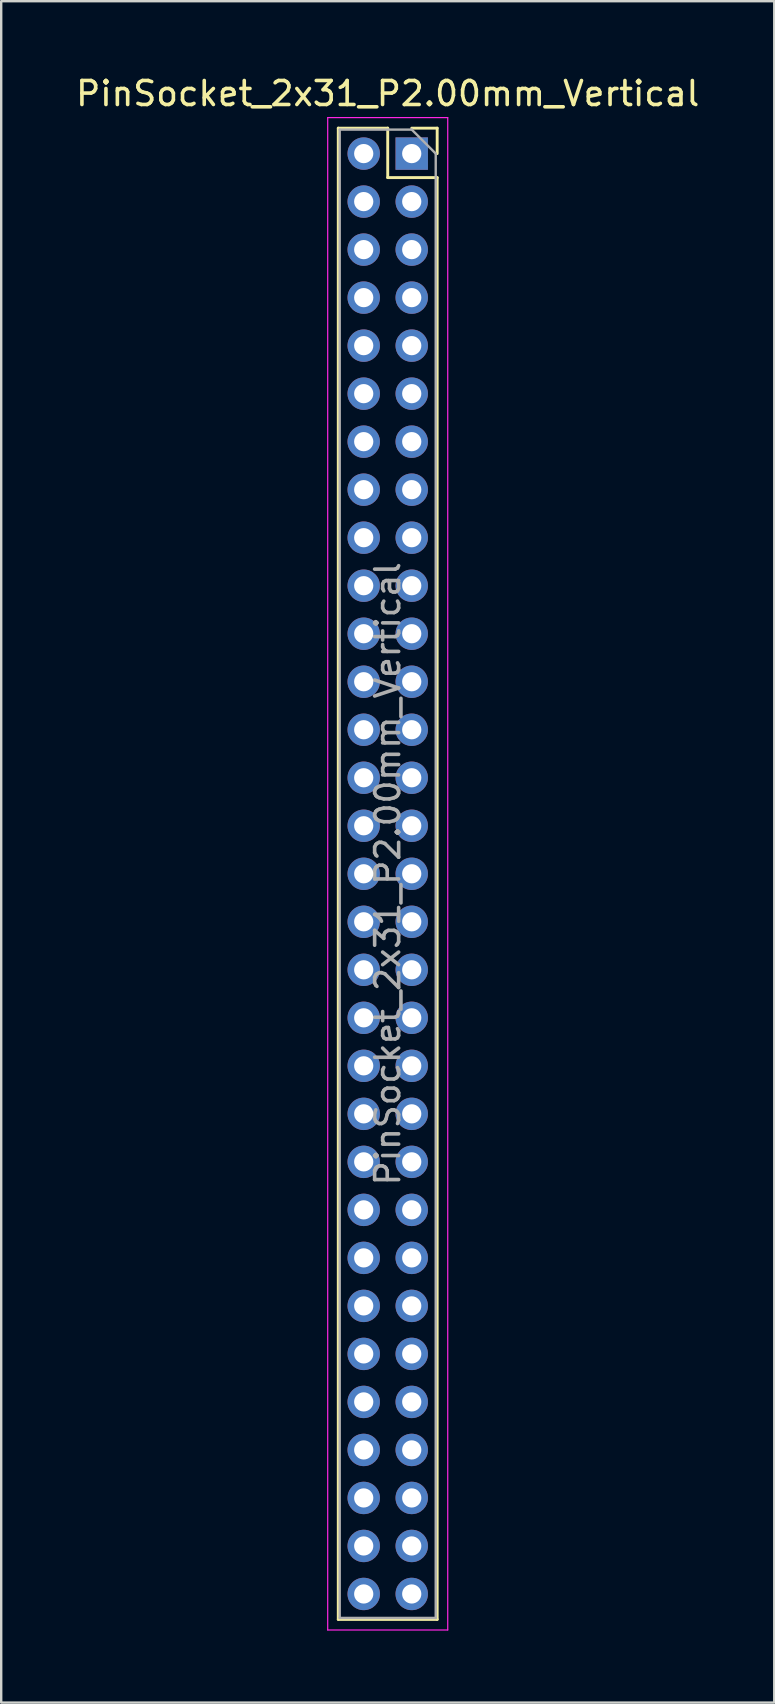
<source format=kicad_pcb>
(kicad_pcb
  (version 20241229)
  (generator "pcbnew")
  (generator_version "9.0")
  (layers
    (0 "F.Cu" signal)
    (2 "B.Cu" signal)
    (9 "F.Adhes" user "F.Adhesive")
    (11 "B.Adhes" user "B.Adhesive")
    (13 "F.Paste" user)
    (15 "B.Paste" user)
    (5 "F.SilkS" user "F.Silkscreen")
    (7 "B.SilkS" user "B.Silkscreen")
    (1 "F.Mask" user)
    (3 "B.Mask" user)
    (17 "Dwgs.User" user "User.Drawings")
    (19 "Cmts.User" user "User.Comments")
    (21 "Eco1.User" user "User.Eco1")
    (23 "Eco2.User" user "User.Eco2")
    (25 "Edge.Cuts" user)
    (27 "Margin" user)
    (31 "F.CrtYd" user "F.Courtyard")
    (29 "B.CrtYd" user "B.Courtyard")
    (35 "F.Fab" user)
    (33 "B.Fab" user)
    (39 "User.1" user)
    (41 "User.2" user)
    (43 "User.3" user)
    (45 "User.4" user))
  (footprint "PinSocket_2x31_P2.00mm_Vertical"
    (layer "F.Cu")
    (at 14.101 3.348)
    (property "Reference" "PinSocket_2x31_P2.00mm_Vertical" (at -1 -2.5 0) (layer "F.SilkS") (effects (font (size 1 1) (thickness 0.15))))
    (attr through_hole)
    (fp_line (start -3.06 -1.06) (end -3.06 61.06) (stroke (width 0.12) (type solid)) (layer "F.SilkS"))
    (fp_line (start -3.06 -1.06) (end -1 -1.06) (stroke (width 0.12) (type solid)) (layer "F.SilkS"))
    (fp_line (start -3.06 61.06) (end 1.06 61.06) (stroke (width 0.12) (type solid)) (layer "F.SilkS"))
    (fp_line (start -1 -1.06) (end -1 1) (stroke (width 0.12) (type solid)) (layer "F.SilkS"))
    (fp_line (start -1 1) (end 1.06 1) (stroke (width 0.12) (type solid)) (layer "F.SilkS"))
    (fp_line (start 0 -1.06) (end 1.06 -1.06) (stroke (width 0.12) (type solid)) (layer "F.SilkS"))
    (fp_line (start 1.06 -1.06) (end 1.06 0) (stroke (width 0.12) (type solid)) (layer "F.SilkS"))
    (fp_line (start 1.06 1) (end 1.06 61.06) (stroke (width 0.12) (type solid)) (layer "F.SilkS"))
    (fp_line (start -3.5 -1.5) (end 1.5 -1.5) (stroke (width 0.05) (type solid)) (layer "F.CrtYd"))
    (fp_line (start -3.5 61.5) (end -3.5 -1.5) (stroke (width 0.05) (type solid)) (layer "F.CrtYd"))
    (fp_line (start 1.5 -1.5) (end 1.5 61.5) (stroke (width 0.05) (type solid)) (layer "F.CrtYd"))
    (fp_line (start 1.5 61.5) (end -3.5 61.5) (stroke (width 0.05) (type solid)) (layer "F.CrtYd"))
    (fp_line (start -3 -1) (end 0 -1) (stroke (width 0.1) (type solid)) (layer "F.Fab"))
    (fp_line (start -3 61) (end -3 -1) (stroke (width 0.1) (type solid)) (layer "F.Fab"))
    (fp_line (start 0 -1) (end 1 0) (stroke (width 0.1) (type solid)) (layer "F.Fab"))
    (fp_line (start 1 0) (end 1 61) (stroke (width 0.1) (type solid)) (layer "F.Fab"))
    (fp_line (start 1 61) (end -3 61) (stroke (width 0.1) (type solid)) (layer "F.Fab"))
    (fp_text user "${REFERENCE}" (at -1 30 90) (layer "F.Fab") (effects (font (size 1 1) (thickness 0.15))))
    (pad "1" thru_hole rect (at 0 0) (size 1.35 1.35) (drill 0.8) (layers "*.Cu" "*.Mask"))
    (pad "2" thru_hole circle (at -2 0) (size 1.35 1.35) (drill 0.8) (layers "*.Cu" "*.Mask"))
    (pad "3" thru_hole circle (at 0 2) (size 1.35 1.35) (drill 0.8) (layers "*.Cu" "*.Mask"))
    (pad "4" thru_hole circle (at -2 2) (size 1.35 1.35) (drill 0.8) (layers "*.Cu" "*.Mask"))
    (pad "5" thru_hole circle (at 0 4) (size 1.35 1.35) (drill 0.8) (layers "*.Cu" "*.Mask"))
    (pad "6" thru_hole circle (at -2 4) (size 1.35 1.35) (drill 0.8) (layers "*.Cu" "*.Mask"))
    (pad "7" thru_hole circle (at 0 6) (size 1.35 1.35) (drill 0.8) (layers "*.Cu" "*.Mask"))
    (pad "8" thru_hole circle (at -2 6) (size 1.35 1.35) (drill 0.8) (layers "*.Cu" "*.Mask"))
    (pad "9" thru_hole circle (at 0 8) (size 1.35 1.35) (drill 0.8) (layers "*.Cu" "*.Mask"))
    (pad "10" thru_hole circle (at -2 8) (size 1.35 1.35) (drill 0.8) (layers "*.Cu" "*.Mask"))
    (pad "11" thru_hole circle (at 0 10) (size 1.35 1.35) (drill 0.8) (layers "*.Cu" "*.Mask"))
    (pad "12" thru_hole circle (at -2 10) (size 1.35 1.35) (drill 0.8) (layers "*.Cu" "*.Mask"))
    (pad "13" thru_hole circle (at 0 12) (size 1.35 1.35) (drill 0.8) (layers "*.Cu" "*.Mask"))
    (pad "14" thru_hole circle (at -2 12) (size 1.35 1.35) (drill 0.8) (layers "*.Cu" "*.Mask"))
    (pad "15" thru_hole circle (at 0 14) (size 1.35 1.35) (drill 0.8) (layers "*.Cu" "*.Mask"))
    (pad "16" thru_hole circle (at -2 14) (size 1.35 1.35) (drill 0.8) (layers "*.Cu" "*.Mask"))
    (pad "17" thru_hole circle (at 0 16) (size 1.35 1.35) (drill 0.8) (layers "*.Cu" "*.Mask"))
    (pad "18" thru_hole circle (at -2 16) (size 1.35 1.35) (drill 0.8) (layers "*.Cu" "*.Mask"))
    (pad "19" thru_hole circle (at 0 18) (size 1.35 1.35) (drill 0.8) (layers "*.Cu" "*.Mask"))
    (pad "20" thru_hole circle (at -2 18) (size 1.35 1.35) (drill 0.8) (layers "*.Cu" "*.Mask"))
    (pad "21" thru_hole circle (at 0 20) (size 1.35 1.35) (drill 0.8) (layers "*.Cu" "*.Mask"))
    (pad "22" thru_hole circle (at -2 20) (size 1.35 1.35) (drill 0.8) (layers "*.Cu" "*.Mask"))
    (pad "23" thru_hole circle (at 0 22) (size 1.35 1.35) (drill 0.8) (layers "*.Cu" "*.Mask"))
    (pad "24" thru_hole circle (at -2 22) (size 1.35 1.35) (drill 0.8) (layers "*.Cu" "*.Mask"))
    (pad "25" thru_hole circle (at 0 24) (size 1.35 1.35) (drill 0.8) (layers "*.Cu" "*.Mask"))
    (pad "26" thru_hole circle (at -2 24) (size 1.35 1.35) (drill 0.8) (layers "*.Cu" "*.Mask"))
    (pad "27" thru_hole circle (at 0 26) (size 1.35 1.35) (drill 0.8) (layers "*.Cu" "*.Mask"))
    (pad "28" thru_hole circle (at -2 26) (size 1.35 1.35) (drill 0.8) (layers "*.Cu" "*.Mask"))
    (pad "29" thru_hole circle (at 0 28) (size 1.35 1.35) (drill 0.8) (layers "*.Cu" "*.Mask"))
    (pad "30" thru_hole circle (at -2 28) (size 1.35 1.35) (drill 0.8) (layers "*.Cu" "*.Mask"))
    (pad "31" thru_hole circle (at 0 30) (size 1.35 1.35) (drill 0.8) (layers "*.Cu" "*.Mask"))
    (pad "32" thru_hole circle (at -2 30) (size 1.35 1.35) (drill 0.8) (layers "*.Cu" "*.Mask"))
    (pad "33" thru_hole circle (at 0 32) (size 1.35 1.35) (drill 0.8) (layers "*.Cu" "*.Mask"))
    (pad "34" thru_hole circle (at -2 32) (size 1.35 1.35) (drill 0.8) (layers "*.Cu" "*.Mask"))
    (pad "35" thru_hole circle (at 0 34) (size 1.35 1.35) (drill 0.8) (layers "*.Cu" "*.Mask"))
    (pad "36" thru_hole circle (at -2 34) (size 1.35 1.35) (drill 0.8) (layers "*.Cu" "*.Mask"))
    (pad "37" thru_hole circle (at 0 36) (size 1.35 1.35) (drill 0.8) (layers "*.Cu" "*.Mask"))
    (pad "38" thru_hole circle (at -2 36) (size 1.35 1.35) (drill 0.8) (layers "*.Cu" "*.Mask"))
    (pad "39" thru_hole circle (at 0 38) (size 1.35 1.35) (drill 0.8) (layers "*.Cu" "*.Mask"))
    (pad "40" thru_hole circle (at -2 38) (size 1.35 1.35) (drill 0.8) (layers "*.Cu" "*.Mask"))
    (pad "41" thru_hole circle (at 0 40) (size 1.35 1.35) (drill 0.8) (layers "*.Cu" "*.Mask"))
    (pad "42" thru_hole circle (at -2 40) (size 1.35 1.35) (drill 0.8) (layers "*.Cu" "*.Mask"))
    (pad "43" thru_hole circle (at 0 42) (size 1.35 1.35) (drill 0.8) (layers "*.Cu" "*.Mask"))
    (pad "44" thru_hole circle (at -2 42) (size 1.35 1.35) (drill 0.8) (layers "*.Cu" "*.Mask"))
    (pad "45" thru_hole circle (at 0 44) (size 1.35 1.35) (drill 0.8) (layers "*.Cu" "*.Mask"))
    (pad "46" thru_hole circle (at -2 44) (size 1.35 1.35) (drill 0.8) (layers "*.Cu" "*.Mask"))
    (pad "47" thru_hole circle (at 0 46) (size 1.35 1.35) (drill 0.8) (layers "*.Cu" "*.Mask"))
    (pad "48" thru_hole circle (at -2 46) (size 1.35 1.35) (drill 0.8) (layers "*.Cu" "*.Mask"))
    (pad "49" thru_hole circle (at 0 48) (size 1.35 1.35) (drill 0.8) (layers "*.Cu" "*.Mask"))
    (pad "50" thru_hole circle (at -2 48) (size 1.35 1.35) (drill 0.8) (layers "*.Cu" "*.Mask"))
    (pad "51" thru_hole circle (at 0 50) (size 1.35 1.35) (drill 0.8) (layers "*.Cu" "*.Mask"))
    (pad "52" thru_hole circle (at -2 50) (size 1.35 1.35) (drill 0.8) (layers "*.Cu" "*.Mask"))
    (pad "53" thru_hole circle (at 0 52) (size 1.35 1.35) (drill 0.8) (layers "*.Cu" "*.Mask"))
    (pad "54" thru_hole circle (at -2 52) (size 1.35 1.35) (drill 0.8) (layers "*.Cu" "*.Mask"))
    (pad "55" thru_hole circle (at 0 54) (size 1.35 1.35) (drill 0.8) (layers "*.Cu" "*.Mask"))
    (pad "56" thru_hole circle (at -2 54) (size 1.35 1.35) (drill 0.8) (layers "*.Cu" "*.Mask"))
    (pad "57" thru_hole circle (at 0 56) (size 1.35 1.35) (drill 0.8) (layers "*.Cu" "*.Mask"))
    (pad "58" thru_hole circle (at -2 56) (size 1.35 1.35) (drill 0.8) (layers "*.Cu" "*.Mask"))
    (pad "59" thru_hole circle (at 0 58) (size 1.35 1.35) (drill 0.8) (layers "*.Cu" "*.Mask"))
    (pad "60" thru_hole circle (at -2 58) (size 1.35 1.35) (drill 0.8) (layers "*.Cu" "*.Mask"))
    (pad "61" thru_hole circle (at 0 60) (size 1.35 1.35) (drill 0.8) (layers "*.Cu" "*.Mask"))
    (pad "62" thru_hole circle (at -2 60) (size 1.35 1.35) (drill 0.8) (layers "*.Cu" "*.Mask")))
  (gr_rect
    (start -3 -3)
    (end 29.202 67.873)
    (stroke (width 0.1) (type default))
    (fill no)
    (layer "Edge.Cuts")))
</source>
